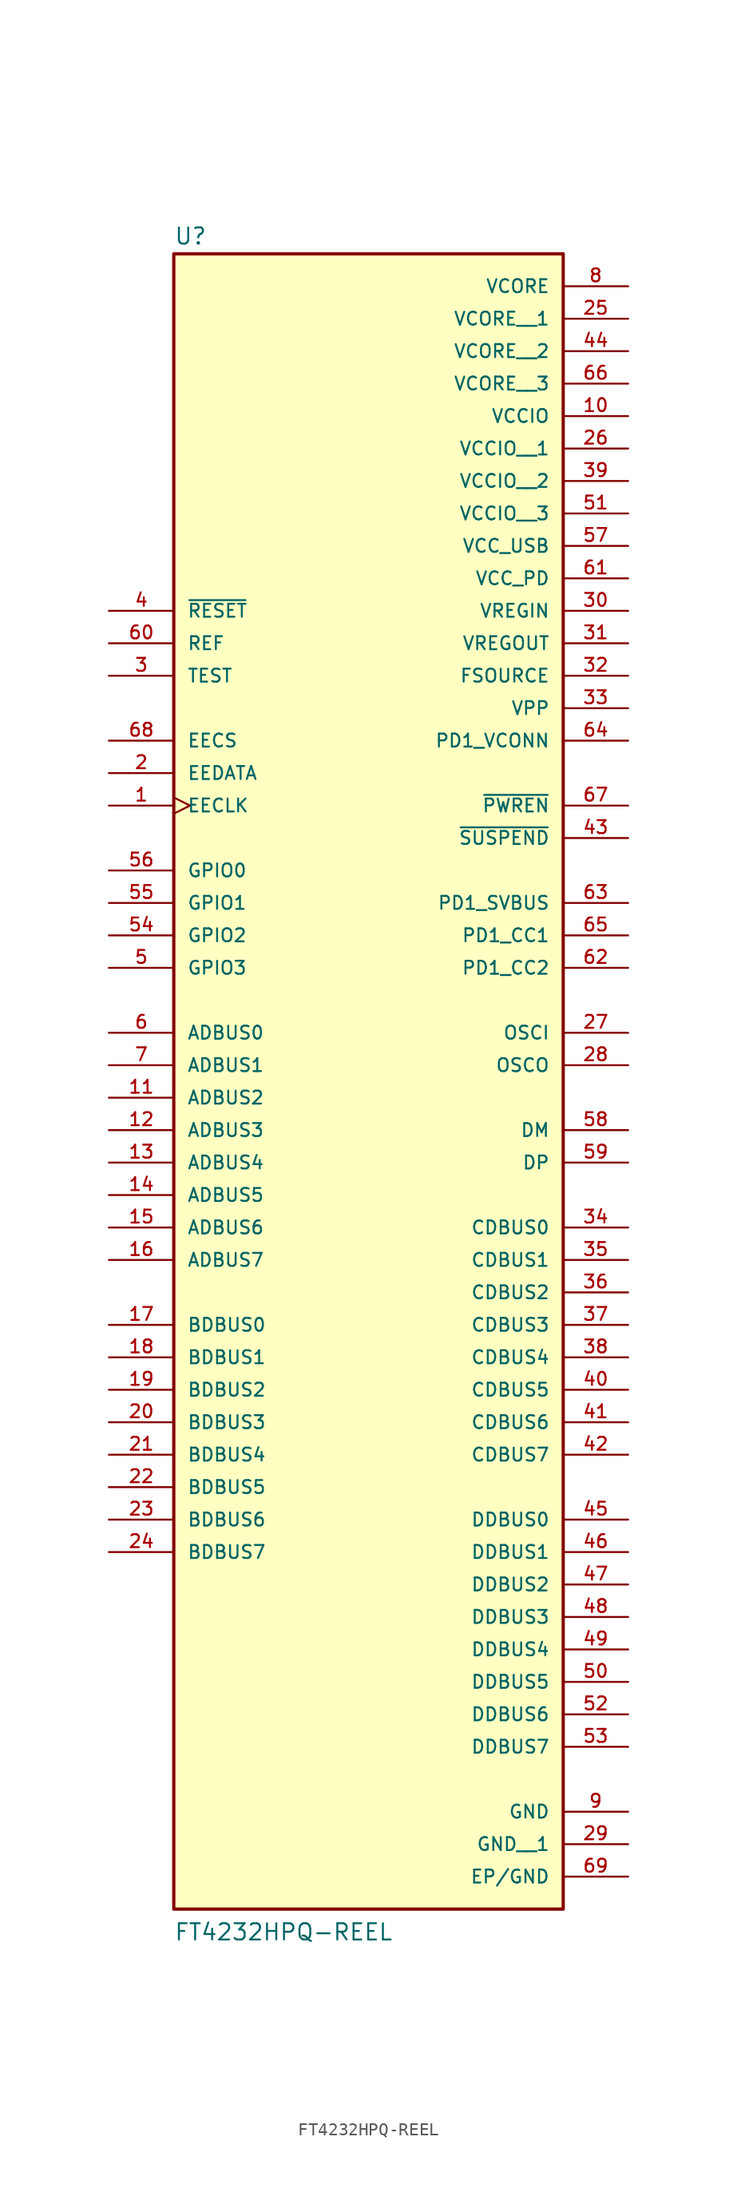
<source format=kicad_sym>
(kicad_symbol_lib
  (version 20211014)
  (generator kicad_symbol_editor)
  (symbol "FT4232HPQ-REEL"
    (pin_names
      (offset 1.016))
    (property "Reference" "U"
      (at -15.24 56.515 0)
      (effects (font (size 1.27 1.27)) (justify bottom left)))
    (property "Value" "FT4232HPQ-REEL"
      (at -15.24 -76.2 0)
      (effects (font (size 1.27 1.27)) (justify bottom left)))
    (symbol "FT4232HPQ-REEL_0_0"
      (rectangle (start -15.24 -73.66) (end 15.24 55.88) (stroke (width 0.254)) (fill (type background)))
      (pin bidirectional line (at -20.32 -5.08 0) (length 5.08) (name "ADBUS0" (effects (font (size 1.016 1.016)))) (number "6" (effects (font (size 1.016 1.016)))))
      (pin bidirectional line (at -20.32 -27.94 0) (length 5.08) (name "BDBUS0" (effects (font (size 1.016 1.016)))) (number "17" (effects (font (size 1.016 1.016)))))
      (pin bidirectional line (at 20.32 -20.32 180.0) (length 5.08) (name "CDBUS0" (effects (font (size 1.016 1.016)))) (number "34" (effects (font (size 1.016 1.016)))))
      (pin bidirectional line (at 20.32 -43.18 180.0) (length 5.08) (name "DDBUS0" (effects (font (size 1.016 1.016)))) (number "45" (effects (font (size 1.016 1.016)))))
      (pin bidirectional line (at -20.32 17.78 0) (length 5.08) (name "EECS" (effects (font (size 1.016 1.016)))) (number "68" (effects (font (size 1.016 1.016)))))
      (pin bidirectional line (at -20.32 15.24 0) (length 5.08) (name "EEDATA" (effects (font (size 1.016 1.016)))) (number "2" (effects (font (size 1.016 1.016)))))
      (pin input line (at 20.32 -5.08 180.0) (length 5.08) (name "OSCI" (effects (font (size 1.016 1.016)))) (number "27" (effects (font (size 1.016 1.016)))))
      (pin input line (at -20.32 25.4 0) (length 5.08) (name "REF" (effects (font (size 1.016 1.016)))) (number "60" (effects (font (size 1.016 1.016)))))
      (pin input line (at -20.32 22.86 0) (length 5.08) (name "TEST" (effects (font (size 1.016 1.016)))) (number "3" (effects (font (size 1.016 1.016)))))
      (pin input line (at -20.32 27.94 0) (length 5.08) (name "~{RESET}" (effects (font (size 1.016 1.016)))) (number "4" (effects (font (size 1.016 1.016)))))
      (pin output line (at 20.32 -7.62 180.0) (length 5.08) (name "OSCO" (effects (font (size 1.016 1.016)))) (number "28" (effects (font (size 1.016 1.016)))))
      (pin output clock (at -20.32 12.7 0) (length 5.08) (name "EECLK" (effects (font (size 1.016 1.016)))) (number "1" (effects (font (size 1.016 1.016)))))
      (pin output line (at 20.32 10.16 180.0) (length 5.08) (name "~{SUSPEND}" (effects (font (size 1.016 1.016)))) (number "43" (effects (font (size 1.016 1.016)))))
      (pin output line (at 20.32 12.7 180.0) (length 5.08) (name "~{PWREN}" (effects (font (size 1.016 1.016)))) (number "67" (effects (font (size 1.016 1.016)))))
      (pin power_in line (at 20.32 53.34 180.0) (length 5.08) (name "VCORE" (effects (font (size 1.016 1.016)))) (number "8" (effects (font (size 1.016 1.016)))))
      (pin power_in line (at 20.32 43.18 180.0) (length 5.08) (name "VCCIO" (effects (font (size 1.016 1.016)))) (number "10" (effects (font (size 1.016 1.016)))))
      (pin power_in line (at 20.32 30.48 180.0) (length 5.08) (name "VCC_PD" (effects (font (size 1.016 1.016)))) (number "61" (effects (font (size 1.016 1.016)))))
      (pin power_in line (at 20.32 33.02 180.0) (length 5.08) (name "VCC_USB" (effects (font (size 1.016 1.016)))) (number "57" (effects (font (size 1.016 1.016)))))
      (pin power_in line (at 20.32 27.94 180.0) (length 5.08) (name "VREGIN" (effects (font (size 1.016 1.016)))) (number "30" (effects (font (size 1.016 1.016)))))
      (pin power_in line (at 20.32 25.4 180.0) (length 5.08) (name "VREGOUT" (effects (font (size 1.016 1.016)))) (number "31" (effects (font (size 1.016 1.016)))))
      (pin power_in line (at 20.32 -71.12 180.0) (length 5.08) (name "EP/GND" (effects (font (size 1.016 1.016)))) (number "69" (effects (font (size 1.016 1.016)))))
      (pin power_in line (at 20.32 -66.04 180.0) (length 5.08) (name "GND" (effects (font (size 1.016 1.016)))) (number "9" (effects (font (size 1.016 1.016)))))
      (pin bidirectional line (at -20.32 -7.62 0) (length 5.08) (name "ADBUS1" (effects (font (size 1.016 1.016)))) (number "7" (effects (font (size 1.016 1.016)))))
      (pin bidirectional line (at -20.32 -10.16 0) (length 5.08) (name "ADBUS2" (effects (font (size 1.016 1.016)))) (number "11" (effects (font (size 1.016 1.016)))))
      (pin bidirectional line (at -20.32 -12.7 0) (length 5.08) (name "ADBUS3" (effects (font (size 1.016 1.016)))) (number "12" (effects (font (size 1.016 1.016)))))
      (pin bidirectional line (at -20.32 -15.24 0) (length 5.08) (name "ADBUS4" (effects (font (size 1.016 1.016)))) (number "13" (effects (font (size 1.016 1.016)))))
      (pin bidirectional line (at -20.32 -17.78 0) (length 5.08) (name "ADBUS5" (effects (font (size 1.016 1.016)))) (number "14" (effects (font (size 1.016 1.016)))))
      (pin bidirectional line (at -20.32 -20.32 0) (length 5.08) (name "ADBUS6" (effects (font (size 1.016 1.016)))) (number "15" (effects (font (size 1.016 1.016)))))
      (pin bidirectional line (at -20.32 -22.86 0) (length 5.08) (name "ADBUS7" (effects (font (size 1.016 1.016)))) (number "16" (effects (font (size 1.016 1.016)))))
      (pin bidirectional line (at -20.32 -30.48 0) (length 5.08) (name "BDBUS1" (effects (font (size 1.016 1.016)))) (number "18" (effects (font (size 1.016 1.016)))))
      (pin bidirectional line (at -20.32 -33.02 0) (length 5.08) (name "BDBUS2" (effects (font (size 1.016 1.016)))) (number "19" (effects (font (size 1.016 1.016)))))
      (pin bidirectional line (at -20.32 -35.56 0) (length 5.08) (name "BDBUS3" (effects (font (size 1.016 1.016)))) (number "20" (effects (font (size 1.016 1.016)))))
      (pin bidirectional line (at -20.32 -38.1 0) (length 5.08) (name "BDBUS4" (effects (font (size 1.016 1.016)))) (number "21" (effects (font (size 1.016 1.016)))))
      (pin bidirectional line (at -20.32 -40.64 0) (length 5.08) (name "BDBUS5" (effects (font (size 1.016 1.016)))) (number "22" (effects (font (size 1.016 1.016)))))
      (pin bidirectional line (at -20.32 -43.18 0) (length 5.08) (name "BDBUS6" (effects (font (size 1.016 1.016)))) (number "23" (effects (font (size 1.016 1.016)))))
      (pin bidirectional line (at -20.32 -45.72 0) (length 5.08) (name "BDBUS7" (effects (font (size 1.016 1.016)))) (number "24" (effects (font (size 1.016 1.016)))))
      (pin bidirectional line (at 20.32 -22.86 180.0) (length 5.08) (name "CDBUS1" (effects (font (size 1.016 1.016)))) (number "35" (effects (font (size 1.016 1.016)))))
      (pin bidirectional line (at 20.32 -25.4 180.0) (length 5.08) (name "CDBUS2" (effects (font (size 1.016 1.016)))) (number "36" (effects (font (size 1.016 1.016)))))
      (pin bidirectional line (at 20.32 -27.94 180.0) (length 5.08) (name "CDBUS3" (effects (font (size 1.016 1.016)))) (number "37" (effects (font (size 1.016 1.016)))))
      (pin bidirectional line (at 20.32 -30.48 180.0) (length 5.08) (name "CDBUS4" (effects (font (size 1.016 1.016)))) (number "38" (effects (font (size 1.016 1.016)))))
      (pin bidirectional line (at 20.32 -33.02 180.0) (length 5.08) (name "CDBUS5" (effects (font (size 1.016 1.016)))) (number "40" (effects (font (size 1.016 1.016)))))
      (pin bidirectional line (at 20.32 -35.56 180.0) (length 5.08) (name "CDBUS6" (effects (font (size 1.016 1.016)))) (number "41" (effects (font (size 1.016 1.016)))))
      (pin bidirectional line (at 20.32 -38.1 180.0) (length 5.08) (name "CDBUS7" (effects (font (size 1.016 1.016)))) (number "42" (effects (font (size 1.016 1.016)))))
      (pin bidirectional line (at 20.32 -45.72 180.0) (length 5.08) (name "DDBUS1" (effects (font (size 1.016 1.016)))) (number "46" (effects (font (size 1.016 1.016)))))
      (pin bidirectional line (at 20.32 -48.26 180.0) (length 5.08) (name "DDBUS2" (effects (font (size 1.016 1.016)))) (number "47" (effects (font (size 1.016 1.016)))))
      (pin bidirectional line (at 20.32 -50.8 180.0) (length 5.08) (name "DDBUS3" (effects (font (size 1.016 1.016)))) (number "48" (effects (font (size 1.016 1.016)))))
      (pin bidirectional line (at 20.32 -53.34 180.0) (length 5.08) (name "DDBUS4" (effects (font (size 1.016 1.016)))) (number "49" (effects (font (size 1.016 1.016)))))
      (pin bidirectional line (at 20.32 -55.88 180.0) (length 5.08) (name "DDBUS5" (effects (font (size 1.016 1.016)))) (number "50" (effects (font (size 1.016 1.016)))))
      (pin bidirectional line (at 20.32 -58.42 180.0) (length 5.08) (name "DDBUS6" (effects (font (size 1.016 1.016)))) (number "52" (effects (font (size 1.016 1.016)))))
      (pin bidirectional line (at 20.32 -60.96 180.0) (length 5.08) (name "DDBUS7" (effects (font (size 1.016 1.016)))) (number "53" (effects (font (size 1.016 1.016)))))
      (pin bidirectional line (at 20.32 -15.24 180.0) (length 5.08) (name "DP" (effects (font (size 1.016 1.016)))) (number "59" (effects (font (size 1.016 1.016)))))
      (pin bidirectional line (at 20.32 -12.7 180.0) (length 5.08) (name "DM" (effects (font (size 1.016 1.016)))) (number "58" (effects (font (size 1.016 1.016)))))
      (pin bidirectional line (at -20.32 7.62 0) (length 5.08) (name "GPIO0" (effects (font (size 1.016 1.016)))) (number "56" (effects (font (size 1.016 1.016)))))
      (pin bidirectional line (at -20.32 5.08 0) (length 5.08) (name "GPIO1" (effects (font (size 1.016 1.016)))) (number "55" (effects (font (size 1.016 1.016)))))
      (pin bidirectional line (at -20.32 2.54 0) (length 5.08) (name "GPIO2" (effects (font (size 1.016 1.016)))) (number "54" (effects (font (size 1.016 1.016)))))
      (pin bidirectional line (at 20.32 2.54 180.0) (length 5.08) (name "PD1_CC1" (effects (font (size 1.016 1.016)))) (number "65" (effects (font (size 1.016 1.016)))))
      (pin bidirectional line (at 20.32 0.0 180.0) (length 5.08) (name "PD1_CC2" (effects (font (size 1.016 1.016)))) (number "62" (effects (font (size 1.016 1.016)))))
      (pin power_in line (at 20.32 17.78 180.0) (length 5.08) (name "PD1_VCONN" (effects (font (size 1.016 1.016)))) (number "64" (effects (font (size 1.016 1.016)))))
      (pin input line (at 20.32 5.08 180.0) (length 5.08) (name "PD1_SVBUS" (effects (font (size 1.016 1.016)))) (number "63" (effects (font (size 1.016 1.016)))))
      (pin bidirectional line (at -20.32 0.0 0) (length 5.08) (name "GPIO3" (effects (font (size 1.016 1.016)))) (number "5" (effects (font (size 1.016 1.016)))))
      (pin power_in line (at 20.32 22.86 180.0) (length 5.08) (name "FSOURCE" (effects (font (size 1.016 1.016)))) (number "32" (effects (font (size 1.016 1.016)))))
      (pin power_in line (at 20.32 20.32 180.0) (length 5.08) (name "VPP" (effects (font (size 1.016 1.016)))) (number "33" (effects (font (size 1.016 1.016)))))
      (pin power_in line (at 20.32 50.8 180.0) (length 5.08) (name "VCORE__1" (effects (font (size 1.016 1.016)))) (number "25" (effects (font (size 1.016 1.016)))))
      (pin power_in line (at 20.32 48.26 180.0) (length 5.08) (name "VCORE__2" (effects (font (size 1.016 1.016)))) (number "44" (effects (font (size 1.016 1.016)))))
      (pin power_in line (at 20.32 45.72 180.0) (length 5.08) (name "VCORE__3" (effects (font (size 1.016 1.016)))) (number "66" (effects (font (size 1.016 1.016)))))
      (pin power_in line (at 20.32 40.64 180.0) (length 5.08) (name "VCCIO__1" (effects (font (size 1.016 1.016)))) (number "26" (effects (font (size 1.016 1.016)))))
      (pin power_in line (at 20.32 38.1 180.0) (length 5.08) (name "VCCIO__2" (effects (font (size 1.016 1.016)))) (number "39" (effects (font (size 1.016 1.016)))))
      (pin power_in line (at 20.32 35.56 180.0) (length 5.08) (name "VCCIO__3" (effects (font (size 1.016 1.016)))) (number "51" (effects (font (size 1.016 1.016)))))
      (pin power_in line (at 20.32 -68.58 180.0) (length 5.08) (name "GND__1" (effects (font (size 1.016 1.016)))) (number "29" (effects (font (size 1.016 1.016))))))))
</source>
